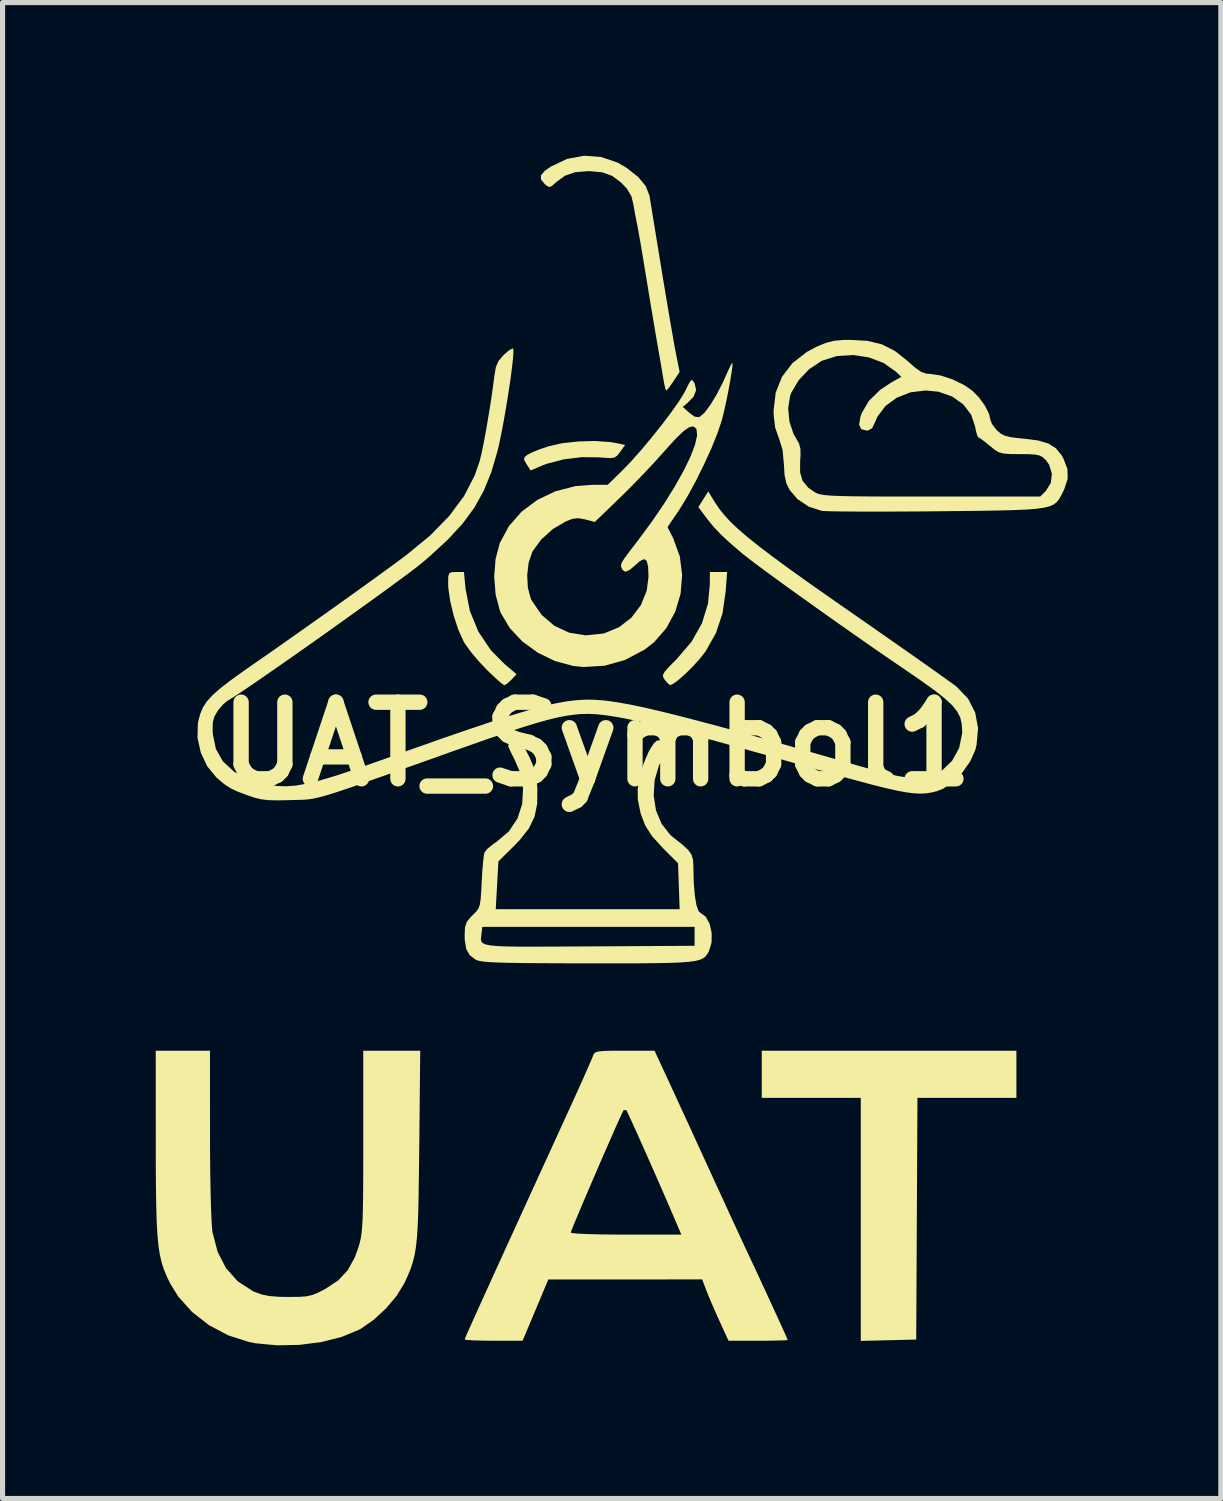
<source format=kicad_pcb>
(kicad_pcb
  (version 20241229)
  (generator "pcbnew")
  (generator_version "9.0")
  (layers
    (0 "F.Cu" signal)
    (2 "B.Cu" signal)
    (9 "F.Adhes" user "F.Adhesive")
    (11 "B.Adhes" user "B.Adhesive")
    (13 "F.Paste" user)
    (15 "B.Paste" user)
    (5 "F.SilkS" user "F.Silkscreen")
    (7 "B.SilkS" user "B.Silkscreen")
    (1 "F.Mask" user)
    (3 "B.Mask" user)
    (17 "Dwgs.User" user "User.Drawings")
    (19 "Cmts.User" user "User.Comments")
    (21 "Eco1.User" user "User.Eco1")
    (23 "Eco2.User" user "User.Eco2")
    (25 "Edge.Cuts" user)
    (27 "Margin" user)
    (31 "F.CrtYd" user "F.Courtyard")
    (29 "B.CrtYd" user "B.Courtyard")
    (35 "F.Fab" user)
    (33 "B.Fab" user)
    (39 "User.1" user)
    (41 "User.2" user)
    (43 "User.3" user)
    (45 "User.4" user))
  (footprint "UAT_Symbol1"
    (layer "F.Cu")
    (at 8.636 11.524)
    (property "Reference" "UAT_Symbol1" (at 0 0 0) (layer "F.SilkS") (effects (font (size 1.5 1.5) (thickness 0.3))))
    (attr board_only exclude_from_pos_files exclude_from_bom)
    (fp_poly (pts (xy 8.22 6.465) (xy 8.22 6.927) (xy 7.251 6.927) (xy 6.282 6.927) (xy 6.27 9.294) (xy 6.258 11.661) (xy 5.715 11.674) (xy 5.172 11.687) (xy 5.172 9.307) (xy 5.172 6.927) (xy 4.203 6.927) (xy 3.233 6.927) (xy 3.233 6.465) (xy 3.233 6.004) (xy 5.727 6.004) (xy 8.22 6.004)) (stroke (width 0) (type solid)) (fill yes) (layer "F.SilkS"))
    (fp_poly (pts (xy 0.267 -5.916) (xy 0.382 -5.897) (xy 0.557 -5.86) (xy 0.46 -5.724) (xy 0.405 -5.653) (xy 0.349 -5.614) (xy 0.267 -5.602) (xy 0.132 -5.61) (xy 0.05 -5.617) (xy -0.291 -5.621) (xy -0.648 -5.577) (xy -0.977 -5.491) (xy -1.084 -5.45) (xy -1.293 -5.36) (xy -1.371 -5.48) (xy -1.421 -5.567) (xy -1.415 -5.618) (xy -1.36 -5.665) (xy -1.272 -5.711) (xy -1.126 -5.771) (xy -0.953 -5.83) (xy -0.947 -5.833) (xy -0.679 -5.893) (xy -0.361 -5.928) (xy -0.032 -5.937)) (stroke (width 0) (type solid)) (fill yes) (layer "F.SilkS"))
    (fp_poly (pts (xy 2.526 -2.99) (xy 2.464 -2.561) (xy 2.338 -2.182) (xy 2.141 -1.83) (xy 2.117 -1.797) (xy 2.011 -1.662) (xy 1.878 -1.516) (xy 1.736 -1.376) (xy 1.603 -1.258) (xy 1.496 -1.18) (xy 1.437 -1.156) (xy 1.392 -1.191) (xy 1.334 -1.259) (xy 1.302 -1.31) (xy 1.298 -1.357) (xy 1.331 -1.418) (xy 1.41 -1.508) (xy 1.545 -1.644) (xy 1.565 -1.664) (xy 1.858 -2.006) (xy 2.062 -2.367) (xy 2.18 -2.753) (xy 2.216 -3.129) (xy 2.217 -3.371) (xy 2.385 -3.371) (xy 2.554 -3.371)) (stroke (width 0) (type solid)) (fill yes) (layer "F.SilkS"))
    (fp_poly (pts (xy -2.569 -3.048) (xy -2.484 -2.609) (xy -2.316 -2.202) (xy -2.072 -1.838) (xy -1.803 -1.568) (xy -1.569 -1.37) (xy -1.67 -1.262) (xy -1.751 -1.187) (xy -1.808 -1.155) (xy -1.809 -1.155) (xy -1.857 -1.185) (xy -1.953 -1.267) (xy -2.081 -1.387) (xy -2.162 -1.466) (xy -2.319 -1.634) (xy -2.466 -1.809) (xy -2.578 -1.964) (xy -2.605 -2.009) (xy -2.709 -2.239) (xy -2.801 -2.518) (xy -2.87 -2.807) (xy -2.907 -3.068) (xy -2.909 -3.148) (xy -2.907 -3.282) (xy -2.887 -3.347) (xy -2.833 -3.369) (xy -2.754 -3.371) (xy -2.599 -3.371)) (stroke (width 0) (type solid)) (fill yes) (layer "F.SilkS"))
    (fp_poly (pts (xy 0.089 -11.499) (xy 0.413 -11.388) (xy 0.591 -11.284) (xy 0.817 -11.104) (xy 0.961 -10.929) (xy 1.032 -10.747) (xy 1.035 -10.733) (xy 1.048 -10.653) (xy 1.074 -10.496) (xy 1.11 -10.273) (xy 1.155 -9.999) (xy 1.206 -9.685) (xy 1.262 -9.346) (xy 1.268 -9.306) (xy 1.327 -8.949) (xy 1.385 -8.604) (xy 1.439 -8.285) (xy 1.487 -8.009) (xy 1.525 -7.792) (xy 1.552 -7.651) (xy 1.624 -7.29) (xy 1.504 -7.108) (xy 1.43 -7.002) (xy 1.377 -6.937) (xy 1.364 -6.927) (xy 1.343 -6.967) (xy 1.321 -7.065) (xy 1.319 -7.077) (xy 1.302 -7.175) (xy 1.274 -7.344) (xy 1.236 -7.563) (xy 1.193 -7.811) (xy 1.174 -7.92) (xy 1.119 -8.244) (xy 1.057 -8.613) (xy 0.996 -8.982) (xy 0.943 -9.306) (xy 0.9 -9.567) (xy 0.858 -9.813) (xy 0.821 -10.022) (xy 0.794 -10.171) (xy 0.786 -10.206) (xy 0.754 -10.37) (xy 0.727 -10.523) (xy 0.722 -10.558) (xy 0.679 -10.733) (xy 0.588 -10.883) (xy 0.477 -11) (xy 0.306 -11.128) (xy 0.11 -11.199) (xy -0.139 -11.222) (xy -0.162 -11.222) (xy -0.418 -11.202) (xy -0.617 -11.135) (xy -0.788 -11.011) (xy -0.796 -11.004) (xy -0.881 -10.928) (xy -0.936 -10.911) (xy -0.994 -10.949) (xy -1.015 -10.967) (xy -1.09 -11.057) (xy -1.093 -11.139) (xy -1.018 -11.227) (xy -0.895 -11.313) (xy -0.579 -11.462) (xy -0.246 -11.524)) (stroke (width 0) (type solid)) (fill yes) (layer "F.SilkS"))
    (fp_poly (pts (xy -7.573 7.632) (xy -7.572 8.031) (xy -7.568 8.412) (xy -7.562 8.76) (xy -7.554 9.063) (xy -7.544 9.308) (xy -7.533 9.483) (xy -7.525 9.555) (xy -7.424 9.943) (xy -7.258 10.265) (xy -7.028 10.522) (xy -6.733 10.713) (xy -6.701 10.727) (xy -6.563 10.778) (xy -6.408 10.809) (xy -6.206 10.824) (xy -6.05 10.826) (xy -5.839 10.825) (xy -5.69 10.815) (xy -5.571 10.789) (xy -5.453 10.741) (xy -5.315 10.669) (xy -5.063 10.503) (xy -4.876 10.303) (xy -4.736 10.049) (xy -4.664 9.847) (xy -4.64 9.765) (xy -4.621 9.681) (xy -4.606 9.583) (xy -4.594 9.462) (xy -4.585 9.308) (xy -4.579 9.11) (xy -4.575 8.859) (xy -4.573 8.545) (xy -4.572 8.156) (xy -4.572 7.777) (xy -4.572 6.004) (xy -4.014 6.004) (xy -3.456 6.004) (xy -3.475 7.886) (xy -3.481 8.383) (xy -3.487 8.798) (xy -3.494 9.141) (xy -3.505 9.422) (xy -3.519 9.652) (xy -3.539 9.841) (xy -3.565 9.998) (xy -3.598 10.135) (xy -3.639 10.262) (xy -3.69 10.388) (xy -3.752 10.525) (xy -3.773 10.568) (xy -3.919 10.806) (xy -4.125 11.05) (xy -4.365 11.272) (xy -4.613 11.445) (xy -4.649 11.466) (xy -4.99 11.608) (xy -5.389 11.709) (xy -5.82 11.765) (xy -6.259 11.774) (xy -6.68 11.734) (xy -6.812 11.708) (xy -7.215 11.579) (xy -7.591 11.38) (xy -7.923 11.122) (xy -8.196 10.818) (xy -8.351 10.566) (xy -8.418 10.429) (xy -8.473 10.297) (xy -8.518 10.16) (xy -8.554 10.008) (xy -8.582 9.831) (xy -8.602 9.619) (xy -8.617 9.362) (xy -8.626 9.051) (xy -8.632 8.675) (xy -8.635 8.224) (xy -8.635 7.816) (xy -8.636 6.004) (xy -8.105 6.004) (xy -7.574 6.004)) (stroke (width 0) (type solid)) (fill yes) (layer "F.SilkS"))
    (fp_poly (pts (xy 1.406 6.592) (xy 1.503 6.802) (xy 1.629 7.077) (xy 1.776 7.395) (xy 1.933 7.739) (xy 2.093 8.087) (xy 2.196 8.313) (xy 2.346 8.64) (xy 2.495 8.963) (xy 2.634 9.266) (xy 2.757 9.532) (xy 2.855 9.743) (xy 2.909 9.86) (xy 3.028 10.113) (xy 3.154 10.383) (xy 3.281 10.658) (xy 3.404 10.924) (xy 3.516 11.168) (xy 3.612 11.378) (xy 3.685 11.539) (xy 3.729 11.64) (xy 3.741 11.669) (xy 3.697 11.675) (xy 3.579 11.679) (xy 3.404 11.683) (xy 3.188 11.684) (xy 3.161 11.684) (xy 2.582 11.684) (xy 2.407 11.303) (xy 2.316 11.1) (xy 2.229 10.899) (xy 2.162 10.736) (xy 2.149 10.703) (xy 2.066 10.483) (xy 0.559 10.484) (xy -0.947 10.484) (xy -1.199 11.084) (xy -1.451 11.684) (xy -2.018 11.684) (xy -2.235 11.682) (xy -2.414 11.677) (xy -2.537 11.669) (xy -2.586 11.66) (xy -2.586 11.659) (xy -2.574 11.627) (xy -2.537 11.541) (xy -2.473 11.397) (xy -2.381 11.193) (xy -2.261 10.927) (xy -2.11 10.595) (xy -1.928 10.195) (xy -1.714 9.724) (xy -1.642 9.568) (xy -0.508 9.568) (xy -0.464 9.578) (xy -0.34 9.588) (xy -0.15 9.596) (xy 0.095 9.602) (xy 0.381 9.605) (xy 0.575 9.606) (xy 1.658 9.606) (xy 1.525 9.294) (xy 1.416 9.041) (xy 1.296 8.764) (xy 1.169 8.474) (xy 1.042 8.185) (xy 0.919 7.91) (xy 0.808 7.66) (xy 0.712 7.448) (xy 0.639 7.288) (xy 0.593 7.191) (xy 0.58 7.169) (xy 0.53 7.167) (xy 0.528 7.169) (xy 0.502 7.218) (xy 0.446 7.339) (xy 0.366 7.517) (xy 0.268 7.741) (xy 0.156 7.996) (xy 0.037 8.269) (xy -0.082 8.547) (xy -0.198 8.816) (xy -0.303 9.064) (xy -0.392 9.276) (xy -0.46 9.439) (xy -0.5 9.541) (xy -0.508 9.568) (xy -1.642 9.568) (xy -1.465 9.179) (xy -1.181 8.558) (xy -0.86 7.857) (xy -0.634 7.362) (xy -0.493 7.054) (xy -0.364 6.769) (xy -0.252 6.52) (xy -0.163 6.318) (xy -0.101 6.176) (xy -0.072 6.105) (xy -0.072 6.104) (xy -0.054 6.062) (xy -0.021 6.034) (xy 0.043 6.017) (xy 0.154 6.008) (xy 0.328 6.004) (xy 0.547 6.004) (xy 1.133 6.004)) (stroke (width 0) (type solid)) (fill yes) (layer "F.SilkS"))
    (fp_poly (pts (xy 2.658 -7.471) (xy 2.659 -7.418) (xy 2.644 -7.295) (xy 2.616 -7.122) (xy 2.579 -6.919) (xy 2.536 -6.707) (xy 2.491 -6.506) (xy 2.451 -6.346) (xy 2.371 -6.104) (xy 2.253 -5.809) (xy 2.106 -5.486) (xy 1.945 -5.16) (xy 1.779 -4.854) (xy 1.621 -4.595) (xy 1.598 -4.561) (xy 1.388 -4.251) (xy 1.5 -4.028) (xy 1.628 -3.677) (xy 1.674 -3.311) (xy 1.643 -2.944) (xy 1.538 -2.593) (xy 1.364 -2.272) (xy 1.124 -1.996) (xy 0.939 -1.852) (xy 0.557 -1.65) (xy 0.155 -1.536) (xy -0.258 -1.511) (xy -0.462 -1.532) (xy -0.819 -1.628) (xy -1.155 -1.792) (xy -1.455 -2.011) (xy -1.701 -2.272) (xy -1.875 -2.563) (xy -1.895 -2.611) (xy -1.979 -2.927) (xy -2.007 -3.279) (xy -2.005 -3.312) (xy -1.361 -3.312) (xy -1.348 -3.063) (xy -1.291 -2.851) (xy -1.275 -2.817) (xy -1.078 -2.531) (xy -0.83 -2.319) (xy -0.542 -2.184) (xy -0.222 -2.131) (xy 0.119 -2.165) (xy 0.153 -2.173) (xy 0.44 -2.291) (xy 0.681 -2.479) (xy 0.865 -2.722) (xy 0.98 -3.006) (xy 1.015 -3.279) (xy 1.007 -3.478) (xy 0.979 -3.591) (xy 0.926 -3.624) (xy 0.842 -3.582) (xy 0.773 -3.521) (xy 0.647 -3.412) (xy 0.561 -3.376) (xy 0.506 -3.411) (xy 0.49 -3.445) (xy 0.477 -3.483) (xy 0.478 -3.521) (xy 0.501 -3.573) (xy 0.553 -3.653) (xy 0.644 -3.775) (xy 0.781 -3.954) (xy 0.812 -3.995) (xy 1.079 -4.356) (xy 1.32 -4.709) (xy 1.529 -5.045) (xy 1.704 -5.357) (xy 1.838 -5.633) (xy 1.927 -5.867) (xy 1.967 -6.048) (xy 1.954 -6.169) (xy 1.947 -6.182) (xy 1.894 -6.223) (xy 1.818 -6.21) (xy 1.712 -6.139) (xy 1.569 -6.005) (xy 1.382 -5.801) (xy 1.321 -5.732) (xy 1.128 -5.517) (xy 0.896 -5.271) (xy 0.656 -5.024) (xy 0.445 -4.816) (xy -0.037 -4.351) (xy -0.223 -4.401) (xy -0.36 -4.426) (xy -0.48 -4.411) (xy -0.608 -4.361) (xy -0.862 -4.211) (xy -1.087 -4.007) (xy -1.253 -3.78) (xy -1.26 -3.767) (xy -1.332 -3.559) (xy -1.361 -3.312) (xy -2.005 -3.312) (xy -1.98 -3.628) (xy -1.898 -3.937) (xy -1.721 -4.267) (xy -1.472 -4.552) (xy -1.163 -4.783) (xy -0.807 -4.953) (xy -0.415 -5.054) (xy -0.088 -5.079) (xy 0.216 -5.08) (xy 0.489 -5.346) (xy 0.666 -5.529) (xy 0.864 -5.752) (xy 1.07 -5.998) (xy 1.272 -6.25) (xy 1.455 -6.492) (xy 1.606 -6.706) (xy 1.712 -6.876) (xy 1.737 -6.924) (xy 1.805 -7.061) (xy 1.847 -7.125) (xy 1.877 -7.128) (xy 1.909 -7.079) (xy 1.918 -7.064) (xy 1.948 -6.934) (xy 1.896 -6.804) (xy 1.783 -6.687) (xy 1.686 -6.604) (xy 1.815 -6.489) (xy 1.919 -6.413) (xy 1.998 -6.405) (xy 2.029 -6.418) (xy 2.116 -6.497) (xy 2.225 -6.643) (xy 2.344 -6.839) (xy 2.462 -7.065) (xy 2.52 -7.194) (xy 2.584 -7.336) (xy 2.633 -7.436) (xy 2.657 -7.471)) (stroke (width 0) (type solid)) (fill yes) (layer "F.SilkS"))
    (fp_poly (pts (xy 1.308 -0.067) (xy 1.414 -0.041) (xy 1.47 -0.022) (xy 1.471 -0.021) (xy 1.456 0.021) (xy 1.4 0.109) (xy 1.372 0.147) (xy 1.22 0.414) (xy 1.135 0.707) (xy 1.116 1.008) (xy 1.162 1.299) (xy 1.272 1.562) (xy 1.442 1.778) (xy 1.504 1.83) (xy 1.679 1.968) (xy 1.792 2.072) (xy 1.857 2.164) (xy 1.886 2.263) (xy 1.894 2.389) (xy 1.894 2.411) (xy 1.901 2.714) (xy 1.922 2.966) (xy 1.954 3.155) (xy 1.996 3.271) (xy 2.029 3.301) (xy 2.136 3.379) (xy 2.212 3.52) (xy 2.252 3.697) (xy 2.25 3.884) (xy 2.199 4.054) (xy 2.197 4.057) (xy 2.167 4.112) (xy 2.133 4.157) (xy 2.086 4.194) (xy 2.019 4.224) (xy 1.923 4.247) (xy 1.791 4.264) (xy 1.614 4.277) (xy 1.384 4.285) (xy 1.094 4.29) (xy 0.734 4.293) (xy 0.298 4.293) (xy -0.175 4.293) (xy -0.679 4.292) (xy -1.099 4.29) (xy -1.443 4.287) (xy -1.718 4.283) (xy -1.932 4.277) (xy -2.095 4.269) (xy -2.213 4.259) (xy -2.295 4.246) (xy -2.348 4.231) (xy -2.366 4.223) (xy -2.486 4.134) (xy -2.555 4.012) (xy -2.584 3.836) (xy -2.584 3.823) (xy -2.267 3.823) (xy -2.259 3.864) (xy -2.231 3.897) (xy -2.175 3.923) (xy -2.085 3.941) (xy -1.952 3.954) (xy -1.768 3.962) (xy -1.526 3.966) (xy -1.217 3.966) (xy -0.836 3.965) (xy -0.372 3.962) (xy -0.151 3.961) (xy 1.917 3.949) (xy 1.917 3.764) (xy 1.917 3.579) (xy -0.162 3.579) (xy -2.24 3.579) (xy -2.255 3.71) (xy -2.263 3.772) (xy -2.267 3.823) (xy -2.584 3.823) (xy -2.586 3.738) (xy -2.579 3.584) (xy -2.544 3.481) (xy -2.467 3.386) (xy -2.431 3.351) (xy -2.363 3.284) (xy -2.317 3.222) (xy -2.289 3.145) (xy -2.272 3.031) (xy -2.26 2.86) (xy -2.252 2.699) (xy -2.24 2.486) (xy -2.224 2.302) (xy -2.208 2.17) (xy -2.196 2.118) (xy -2.141 2.05) (xy -2.033 1.962) (xy -1.96 1.912) (xy -1.721 1.71) (xy -1.553 1.459) (xy -1.459 1.173) (xy -1.442 0.863) (xy -1.504 0.544) (xy -1.612 0.294) (xy -1.682 0.157) (xy -1.727 0.056) (xy -1.737 0.013) (xy -1.684 -0.002) (xy -1.587 -0.014) (xy -1.512 -0.01) (xy -1.453 0.025) (xy -1.392 0.11) (xy -1.317 0.254) (xy -1.225 0.47) (xy -1.177 0.686) (xy -1.162 0.862) (xy -1.165 1.167) (xy -1.217 1.421) (xy -1.327 1.649) (xy -1.506 1.877) (xy -1.616 1.991) (xy -1.925 2.296) (xy -1.951 2.764) (xy -1.977 3.233) (xy -0.176 3.233) (xy 1.625 3.233) (xy 1.609 2.782) (xy 1.593 2.332) (xy 1.288 2.027) (xy 1.087 1.805) (xy 0.95 1.593) (xy 0.861 1.357) (xy 0.805 1.081) (xy 0.803 0.883) (xy 0.843 0.64) (xy 0.916 0.387) (xy 1.015 0.155) (xy 1.044 0.102) (xy 1.119 -0.016) (xy 1.179 -0.07) (xy 1.251 -0.077)) (stroke (width 0) (type solid)) (fill yes) (layer "F.SilkS"))
    (fp_poly (pts (xy 5.305 -7.898) (xy 5.589 -7.829) (xy 5.841 -7.701) (xy 6.089 -7.504) (xy 6.093 -7.5) (xy 6.243 -7.368) (xy 6.355 -7.291) (xy 6.452 -7.257) (xy 6.528 -7.251) (xy 6.734 -7.221) (xy 6.971 -7.143) (xy 7.2 -7.031) (xy 7.356 -6.924) (xy 7.488 -6.789) (xy 7.604 -6.627) (xy 7.685 -6.468) (xy 7.712 -6.348) (xy 7.743 -6.269) (xy 7.819 -6.168) (xy 7.841 -6.145) (xy 7.916 -6.08) (xy 7.999 -6.038) (xy 8.117 -6.01) (xy 8.294 -5.989) (xy 8.366 -5.983) (xy 8.642 -5.948) (xy 8.845 -5.888) (xy 8.993 -5.795) (xy 9.104 -5.66) (xy 9.142 -5.592) (xy 9.22 -5.386) (xy 9.224 -5.196) (xy 9.155 -4.987) (xy 9.132 -4.941) (xy 9.092 -4.86) (xy 9.052 -4.793) (xy 9.007 -4.737) (xy 8.946 -4.692) (xy 8.863 -4.656) (xy 8.749 -4.629) (xy 8.596 -4.608) (xy 8.395 -4.593) (xy 8.14 -4.583) (xy 7.82 -4.575) (xy 7.429 -4.569) (xy 6.958 -4.564) (xy 6.673 -4.561) (xy 6.237 -4.557) (xy 5.823 -4.555) (xy 5.443 -4.554) (xy 5.106 -4.555) (xy 4.823 -4.557) (xy 4.604 -4.56) (xy 4.46 -4.565) (xy 4.408 -4.569) (xy 4.154 -4.651) (xy 3.931 -4.8) (xy 3.779 -4.978) (xy 3.714 -5.11) (xy 3.68 -5.264) (xy 3.667 -5.472) (xy 3.641 -5.76) (xy 3.57 -5.99) (xy 3.564 -6.004) (xy 3.496 -6.198) (xy 3.467 -6.43) (xy 3.465 -6.535) (xy 3.47 -6.576) (xy 3.75 -6.576) (xy 3.775 -6.315) (xy 3.855 -6.076) (xy 3.897 -6.003) (xy 3.961 -5.892) (xy 3.99 -5.788) (xy 3.992 -5.651) (xy 3.985 -5.55) (xy 3.983 -5.323) (xy 4.033 -5.155) (xy 4.146 -5.021) (xy 4.263 -4.939) (xy 4.301 -4.918) (xy 4.346 -4.901) (xy 4.406 -4.887) (xy 4.49 -4.875) (xy 4.606 -4.866) (xy 4.762 -4.86) (xy 4.967 -4.855) (xy 5.229 -4.852) (xy 5.557 -4.85) (xy 5.958 -4.85) (xy 6.442 -4.849) (xy 6.548 -4.849) (xy 8.686 -4.849) (xy 8.8 -4.962) (xy 8.894 -5.117) (xy 8.915 -5.297) (xy 8.861 -5.473) (xy 8.8 -5.558) (xy 8.738 -5.618) (xy 8.672 -5.654) (xy 8.577 -5.673) (xy 8.43 -5.68) (xy 8.288 -5.68) (xy 8.093 -5.682) (xy 7.963 -5.692) (xy 7.871 -5.718) (xy 7.79 -5.768) (xy 7.7 -5.842) (xy 7.589 -5.932) (xy 7.506 -5.991) (xy 7.478 -6.004) (xy 7.452 -6.045) (xy 7.425 -6.148) (xy 7.416 -6.203) (xy 7.335 -6.45) (xy 7.18 -6.654) (xy 6.963 -6.808) (xy 6.695 -6.902) (xy 6.442 -6.927) (xy 6.144 -6.89) (xy 5.877 -6.785) (xy 5.656 -6.623) (xy 5.497 -6.413) (xy 5.447 -6.296) (xy 5.393 -6.186) (xy 5.317 -6.144) (xy 5.283 -6.142) (xy 5.179 -6.17) (xy 5.14 -6.257) (xy 5.164 -6.406) (xy 5.19 -6.482) (xy 5.33 -6.722) (xy 5.552 -6.939) (xy 5.765 -7.08) (xy 5.966 -7.193) (xy 5.858 -7.297) (xy 5.618 -7.466) (xy 5.33 -7.575) (xy 5.018 -7.621) (xy 4.705 -7.601) (xy 4.416 -7.51) (xy 4.396 -7.5) (xy 4.157 -7.34) (xy 3.955 -7.126) (xy 3.813 -6.886) (xy 3.787 -6.817) (xy 3.75 -6.576) (xy 3.47 -6.576) (xy 3.506 -6.886) (xy 3.629 -7.195) (xy 3.833 -7.461) (xy 4.116 -7.682) (xy 4.318 -7.789) (xy 4.491 -7.86) (xy 4.651 -7.9) (xy 4.839 -7.916) (xy 4.965 -7.918)) (stroke (width 0) (type solid)) (fill yes) (layer "F.SilkS"))
    (fp_poly (pts (xy -1.636 -7.748) (xy -1.63 -7.69) (xy -1.638 -7.557) (xy -1.66 -7.365) (xy -1.691 -7.129) (xy -1.731 -6.864) (xy -1.776 -6.587) (xy -1.824 -6.312) (xy -1.873 -6.056) (xy -1.92 -5.833) (xy -1.943 -5.738) (xy -2.064 -5.326) (xy -2.212 -4.962) (xy -2.397 -4.63) (xy -2.631 -4.313) (xy -2.924 -3.997) (xy -3.287 -3.664) (xy -3.418 -3.553) (xy -3.536 -3.459) (xy -3.714 -3.324) (xy -3.944 -3.155) (xy -4.215 -2.956) (xy -4.519 -2.737) (xy -4.845 -2.503) (xy -5.185 -2.26) (xy -5.527 -2.017) (xy -5.864 -1.78) (xy -6.185 -1.555) (xy -6.48 -1.35) (xy -6.741 -1.171) (xy -6.956 -1.025) (xy -7.118 -0.918) (xy -7.216 -0.858) (xy -7.225 -0.854) (xy -7.309 -0.786) (xy -7.404 -0.677) (xy -7.426 -0.646) (xy -7.489 -0.537) (xy -7.518 -0.427) (xy -7.522 -0.277) (xy -7.518 -0.197) (xy -7.458 0.094) (xy -7.319 0.34) (xy -7.101 0.539) (xy -6.807 0.691) (xy -6.438 0.793) (xy -6.427 0.795) (xy -6.255 0.819) (xy -6.08 0.825) (xy -5.89 0.811) (xy -5.673 0.773) (xy -5.419 0.711) (xy -5.114 0.62) (xy -4.749 0.499) (xy -4.31 0.345) (xy -4.272 0.332) (xy -3.61 0.095) (xy -3.028 -0.11) (xy -2.518 -0.286) (xy -2.074 -0.435) (xy -1.688 -0.559) (xy -1.353 -0.66) (xy -1.063 -0.738) (xy -0.81 -0.797) (xy -0.588 -0.838) (xy -0.389 -0.862) (xy -0.206 -0.872) (xy -0.033 -0.869) (xy 0.138 -0.856) (xy 0.25 -0.842) (xy 0.446 -0.813) (xy 0.67 -0.772) (xy 0.927 -0.718) (xy 1.223 -0.65) (xy 1.564 -0.566) (xy 1.955 -0.465) (xy 2.403 -0.346) (xy 2.914 -0.206) (xy 3.493 -0.044) (xy 4.146 0.142) (xy 4.879 0.352) (xy 5.219 0.45) (xy 5.597 0.554) (xy 5.902 0.625) (xy 6.147 0.664) (xy 6.345 0.67) (xy 6.508 0.646) (xy 6.649 0.591) (xy 6.75 0.529) (xy 6.96 0.327) (xy 7.099 0.075) (xy 7.157 -0.208) (xy 7.158 -0.254) (xy 7.15 -0.394) (xy 7.121 -0.519) (xy 7.061 -0.638) (xy 6.963 -0.761) (xy 6.817 -0.896) (xy 6.617 -1.054) (xy 6.352 -1.244) (xy 6.096 -1.42) (xy 5.759 -1.65) (xy 5.399 -1.898) (xy 5.027 -2.158) (xy 4.652 -2.421) (xy 4.285 -2.682) (xy 3.936 -2.931) (xy 3.615 -3.162) (xy 3.333 -3.368) (xy 3.099 -3.542) (xy 2.924 -3.676) (xy 2.84 -3.743) (xy 2.612 -3.939) (xy 2.438 -4.1) (xy 2.297 -4.248) (xy 2.171 -4.402) (xy 2.111 -4.481) (xy 1.991 -4.643) (xy 2.088 -4.796) (xy 2.184 -4.949) (xy 2.322 -4.726) (xy 2.404 -4.605) (xy 2.502 -4.483) (xy 2.622 -4.353) (xy 2.772 -4.211) (xy 2.957 -4.052) (xy 3.184 -3.871) (xy 3.458 -3.663) (xy 3.787 -3.422) (xy 4.176 -3.144) (xy 4.633 -2.824) (xy 4.969 -2.59) (xy 5.348 -2.326) (xy 5.709 -2.074) (xy 6.045 -1.839) (xy 6.347 -1.627) (xy 6.607 -1.443) (xy 6.816 -1.294) (xy 6.967 -1.186) (xy 7.051 -1.123) (xy 7.055 -1.12) (xy 7.274 -0.89) (xy 7.413 -0.618) (xy 7.469 -0.314) (xy 7.44 0.013) (xy 7.415 0.114) (xy 7.317 0.335) (xy 7.165 0.551) (xy 6.981 0.738) (xy 6.784 0.873) (xy 6.669 0.919) (xy 6.563 0.946) (xy 6.457 0.963) (xy 6.343 0.969) (xy 6.212 0.963) (xy 6.055 0.943) (xy 5.864 0.907) (xy 5.629 0.853) (xy 5.341 0.78) (xy 4.992 0.686) (xy 4.574 0.57) (xy 4.076 0.429) (xy 4.016 0.412) (xy 3.324 0.215) (xy 2.713 0.045) (xy 2.178 -0.103) (xy 1.713 -0.227) (xy 1.309 -0.331) (xy 0.962 -0.415) (xy 0.664 -0.481) (xy 0.409 -0.53) (xy 0.191 -0.564) (xy 0.003 -0.585) (xy -0.161 -0.593) (xy -0.308 -0.59) (xy -0.422 -0.58) (xy -0.583 -0.558) (xy -0.756 -0.525) (xy -0.95 -0.478) (xy -1.177 -0.415) (xy -1.447 -0.332) (xy -1.77 -0.226) (xy -2.155 -0.094) (xy -2.613 0.067) (xy -2.766 0.121) (xy -3.315 0.317) (xy -3.784 0.483) (xy -4.18 0.624) (xy -4.512 0.741) (xy -4.786 0.837) (xy -5.011 0.913) (xy -5.192 0.972) (xy -5.339 1.016) (xy -5.459 1.047) (xy -5.558 1.068) (xy -5.644 1.081) (xy -5.725 1.088) (xy -5.809 1.091) (xy -5.901 1.093) (xy -6.004 1.096) (xy -6.247 1.101) (xy -6.426 1.097) (xy -6.569 1.08) (xy -6.702 1.048) (xy -6.849 0.998) (xy -7.037 0.927) (xy -7.171 0.864) (xy -7.284 0.79) (xy -7.409 0.686) (xy -7.451 0.649) (xy -7.628 0.433) (xy -7.754 0.165) (xy -7.818 -0.125) (xy -7.811 -0.409) (xy -7.803 -0.45) (xy -7.765 -0.591) (xy -7.713 -0.716) (xy -7.636 -0.835) (xy -7.526 -0.957) (xy -7.372 -1.093) (xy -7.165 -1.253) (xy -6.895 -1.447) (xy -6.71 -1.576) (xy -6.367 -1.814) (xy -5.993 -2.077) (xy -5.602 -2.353) (xy -5.207 -2.633) (xy -4.823 -2.907) (xy -4.464 -3.165) (xy -4.142 -3.398) (xy -3.873 -3.595) (xy -3.718 -3.711) (xy -3.257 -4.09) (xy -2.885 -4.472) (xy -2.597 -4.86) (xy -2.389 -5.262) (xy -2.292 -5.542) (xy -2.254 -5.699) (xy -2.208 -5.925) (xy -2.158 -6.197) (xy -2.108 -6.493) (xy -2.061 -6.789) (xy -2.023 -7.063) (xy -2.004 -7.213) (xy -1.974 -7.386) (xy -1.921 -7.507) (xy -1.825 -7.619) (xy -1.819 -7.625) (xy -1.723 -7.708) (xy -1.653 -7.749)) (stroke (width 0) (type solid)) (fill yes) (layer "F.SilkS")))
  (gr_rect
    (start -3 -3)
    (end 20.86 26.298)
    (stroke (width 0.1) (type default))
    (fill no)
    (layer "Edge.Cuts")))
</source>
